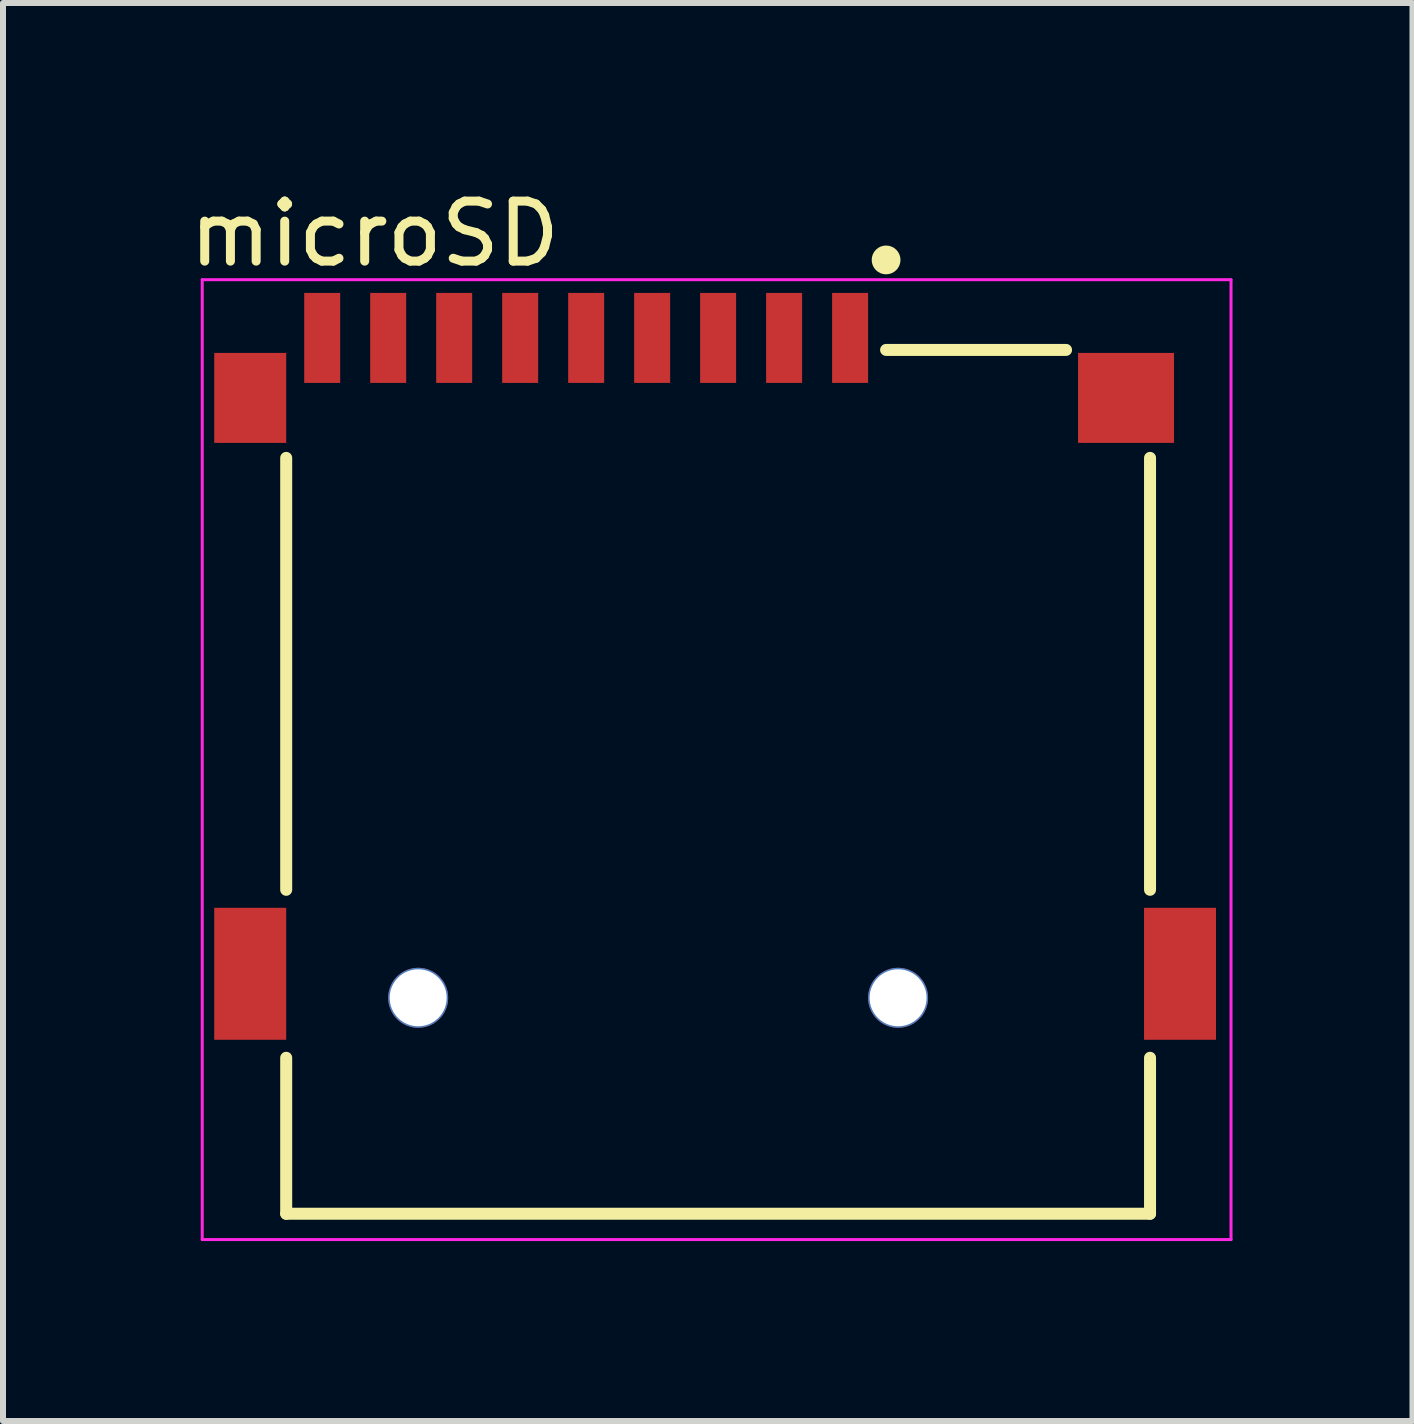
<source format=kicad_pcb>
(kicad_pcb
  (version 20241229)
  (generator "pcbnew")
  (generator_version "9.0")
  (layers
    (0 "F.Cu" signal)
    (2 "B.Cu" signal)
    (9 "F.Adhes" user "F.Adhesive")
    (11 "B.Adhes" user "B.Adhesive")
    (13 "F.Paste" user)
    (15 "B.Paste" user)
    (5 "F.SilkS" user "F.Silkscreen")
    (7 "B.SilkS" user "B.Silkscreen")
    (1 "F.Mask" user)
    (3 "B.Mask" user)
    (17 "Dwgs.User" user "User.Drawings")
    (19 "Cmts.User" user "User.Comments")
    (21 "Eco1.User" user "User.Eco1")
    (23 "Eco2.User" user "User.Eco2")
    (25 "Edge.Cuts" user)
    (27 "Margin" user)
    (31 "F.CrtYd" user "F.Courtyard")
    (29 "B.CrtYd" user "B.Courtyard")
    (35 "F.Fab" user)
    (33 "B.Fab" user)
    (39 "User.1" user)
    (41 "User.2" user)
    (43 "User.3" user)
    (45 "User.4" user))
  (footprint "microSD"
    (layer "F.Cu")
    (at 11.921 13.583)
    (property "Reference" "microSD" (at -8.725 -12.735 0) (layer "F.SilkS") (effects (font (size 1 1) (thickness 0.15))))
    (attr through_hole)
    (fp_line (start -10.2 -1.8) (end -10.2 -9) (stroke (width 0.2) (type solid)) (layer "F.SilkS"))
    (fp_line (start -10.2 3.6) (end -10.2 1) (stroke (width 0.2) (type solid)) (layer "F.SilkS"))
    (fp_line (start -10.2 3.6) (end 4.2 3.6) (stroke (width 0.2) (type solid)) (layer "F.SilkS"))
    (fp_line (start -0.2 -10.8) (end 2.8 -10.8) (stroke (width 0.2) (type solid)) (layer "F.SilkS"))
    (fp_line (start 4.2 -1.8) (end 4.2 -9) (stroke (width 0.2) (type solid)) (layer "F.SilkS"))
    (fp_line (start 4.2 3.6) (end 4.2 1) (stroke (width 0.2) (type solid)) (layer "F.SilkS"))
    (fp_circle (center -0.2 -12.3) (end -0.08 -12.3) (stroke (width 0.24) (type solid)) (fill no) (layer "F.SilkS"))
    (fp_line (start -11.6 -11.97) (end 5.55 -11.97) (stroke (width 0.05) (type solid)) (layer "F.CrtYd"))
    (fp_line (start -11.6 4.03) (end -11.6 -11.97) (stroke (width 0.05) (type solid)) (layer "F.CrtYd"))
    (fp_line (start -11.6 4.03) (end 5.55 4.03) (stroke (width 0.05) (type solid)) (layer "F.CrtYd"))
    (fp_line (start 5.55 -11.97) (end 5.55 4.03) (stroke (width 0.05) (type solid)) (layer "F.CrtYd"))
    (pad "" np_thru_hole circle (at -8 0) (size 1 1) (drill 0.95) (layers "*.Cu" "*.Mask"))
    (pad "" np_thru_hole circle (at 0 0) (size 1 1) (drill 0.95) (layers "*.Cu" "*.Mask"))
    (pad "1" smd rect (at -0.8 -11) (size 0.6 1.5) (layers "F.Cu" "F.Mask" "F.Paste"))
    (pad "2" smd rect (at -1.9 -11) (size 0.6 1.5) (layers "F.Cu" "F.Mask" "F.Paste"))
    (pad "3" smd rect (at -3 -11) (size 0.6 1.5) (layers "F.Cu" "F.Mask" "F.Paste"))
    (pad "4" smd rect (at -4.1 -11) (size 0.6 1.5) (layers "F.Cu" "F.Mask" "F.Paste"))
    (pad "5" smd rect (at -5.2 -11) (size 0.6 1.5) (layers "F.Cu" "F.Mask" "F.Paste"))
    (pad "6" smd rect (at -6.3 -11) (size 0.6 1.5) (layers "F.Cu" "F.Mask" "F.Paste"))
    (pad "7" smd rect (at -7.4 -11) (size 0.6 1.5) (layers "F.Cu" "F.Mask" "F.Paste"))
    (pad "8" smd rect (at -8.5 -11) (size 0.6 1.5) (layers "F.Cu" "F.Mask" "F.Paste"))
    (pad "9" smd rect (at -9.6 -11) (size 0.6 1.5) (layers "F.Cu" "F.Mask" "F.Paste"))
    (pad "10" smd rect (at -10.8 -10) (size 1.2 1.5) (layers "F.Cu" "F.Mask" "F.Paste"))
    (pad "10" smd rect (at -10.8 -0.4) (size 1.2 2.2) (layers "F.Cu" "F.Mask" "F.Paste"))
    (pad "10" smd rect (at 3.8 -10) (size 1.6 1.5) (layers "F.Cu" "F.Mask" "F.Paste"))
    (pad "10" smd rect (at 4.7 -0.4) (size 1.2 2.2) (layers "F.Cu" "F.Mask" "F.Paste"))
    (zone (net_name "") (layer "F.Cu") (hatch full 0.508) (connect_pads) (min_thickness 0.01) (filled_areas_thickness no) (keepout (tracks allowed) (vias not_allowed) (pads allowed) (copperpour allowed) (footprints allowed)) (placement (enabled no)) (fill) (polygon (pts (xy 1.271 6.063) (xy 11.471 6.063) (xy 11.471 10.113) (xy 1.271 10.113))))
    (zone (net_name "") (layer "F.Cu") (hatch full 0.508) (connect_pads) (min_thickness 0.01) (filled_areas_thickness no) (keepout (tracks not_allowed) (vias not_allowed) (pads not_allowed) (copperpour not_allowed) (footprints allowed)) (placement (enabled no)) (fill) (polygon (pts (xy 1.271 6.063) (xy 11.471 6.063) (xy 11.471 10.113) (xy 1.271 10.113)))))
  (gr_rect
    (start -3 -3)
    (end 20.496 20.638)
    (stroke (width 0.1) (type default))
    (fill no)
    (layer "Edge.Cuts")))
</source>
